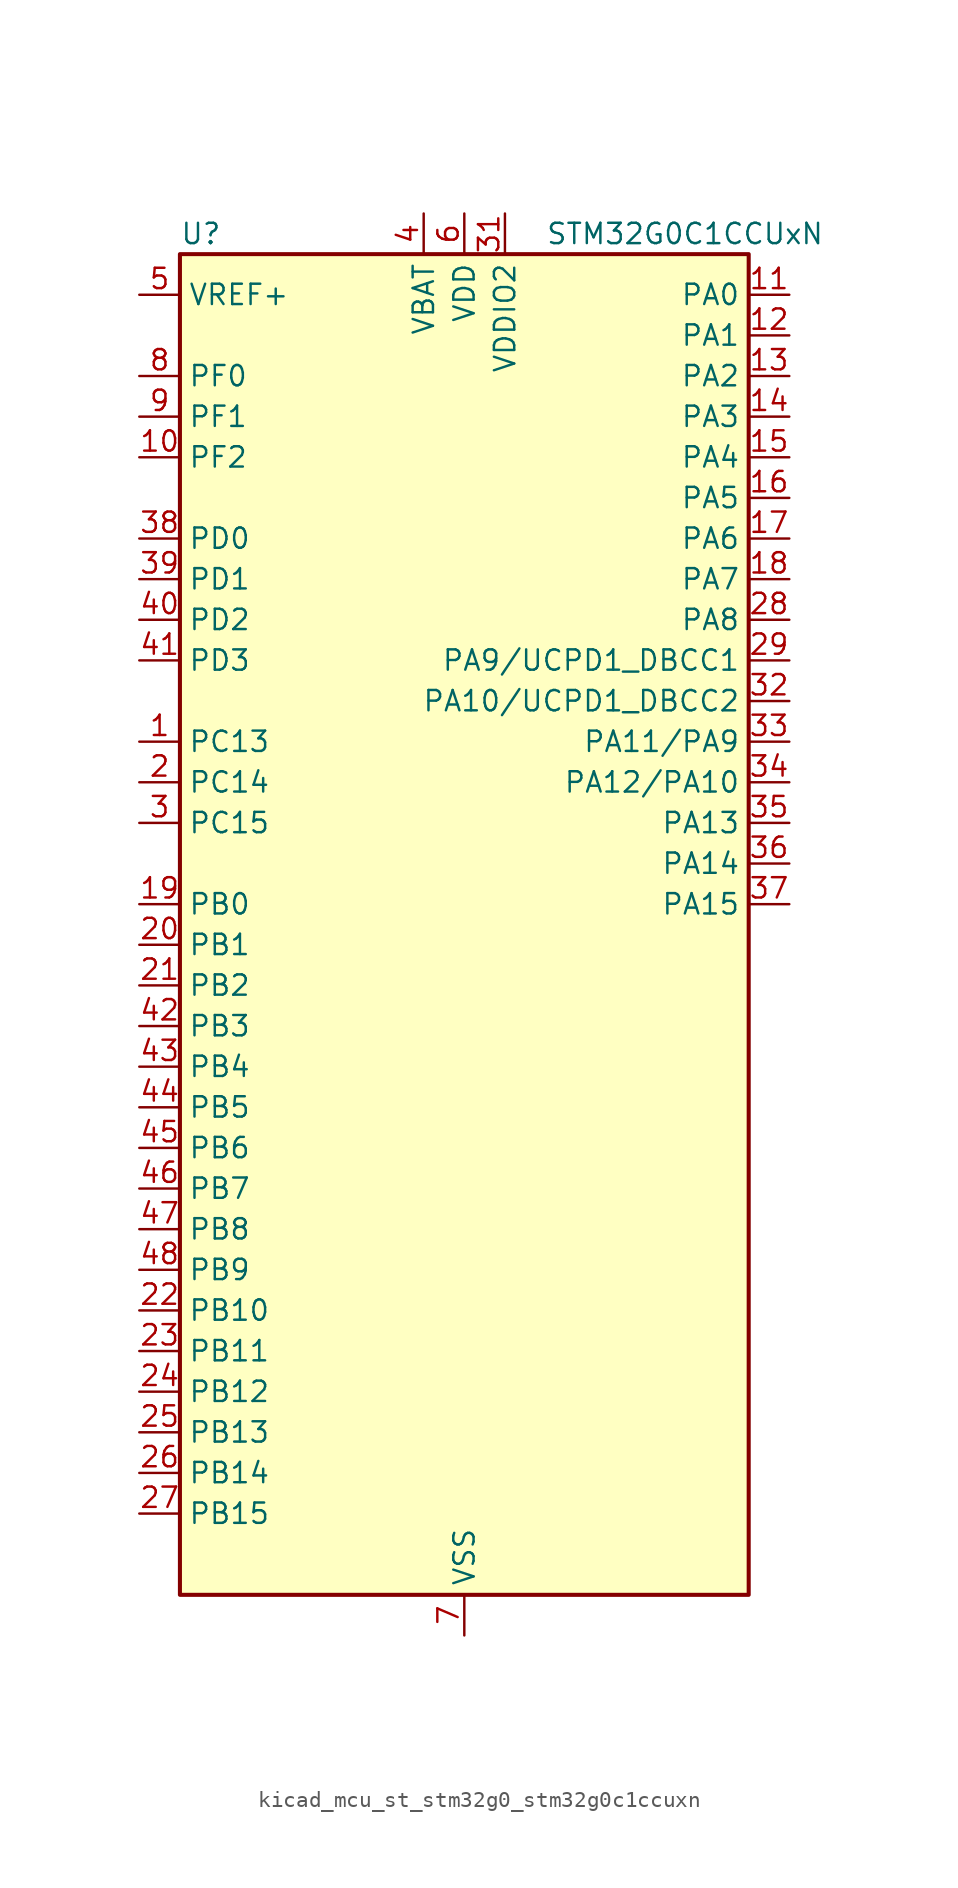
<source format=kicad_sym>
(kicad_symbol_lib
  (version 20220914)
  (generator kicad_symbol_editor)
  (symbol "kicad_mcu_st_stm32g0_stm32g0c1ccuxn"
    (property "Reference" "U"
      (at -17.78 44.45 0)
      (effects (font (size 1.27 1.27)) (justify left)))
    (property "Value" "STM32G0C1CCUxN"
      (at 5.08 44.45 0)
      (effects (font (size 1.27 1.27)) (justify left)))
    (property "ki_locked" ""
      (at 0 0 0)
      (effects (font (size 1.27 1.27))))
    (symbol "kicad_mcu_st_stm32g0_stm32g0c1ccuxn_0_1"
      (rectangle (start -17.78 -40.64) (end 17.78 43.18) (stroke (width 0.254) (type default)) (fill (type background))))
    (symbol "kicad_mcu_st_stm32g0_stm32g0c1ccuxn_1_1"
      (pin bidirectional line (at -20.32 12.7 0) (length 2.54) (name "PC13" (effects (font (size 1.27 1.27)))) (number "1" (effects (font (size 1.27 1.27)))) (alternate "RTC_OUT1" bidirectional line) (alternate "RTC_TAMP_IN1" bidirectional line) (alternate "RTC_TS" bidirectional line) (alternate "SYS_WKUP2" bidirectional line) (alternate "TIM1_BK" bidirectional line))
      (pin bidirectional line (at -20.32 30.48 0) (length 2.54) (name "PF2" (effects (font (size 1.27 1.27)))) (number "10" (effects (font (size 1.27 1.27)))) (alternate "LPUART2_DE" bidirectional line) (alternate "LPUART2_RTS" bidirectional line) (alternate "LPUART2_TX" bidirectional line) (alternate "RCC_MCO" bidirectional line))
      (pin bidirectional line (at 20.32 40.64 180) (length 2.54) (name "PA0" (effects (font (size 1.27 1.27)))) (number "11" (effects (font (size 1.27 1.27)))) (alternate "ADC1_IN0" bidirectional line) (alternate "COMP1_INM" bidirectional line) (alternate "COMP1_OUT" bidirectional line) (alternate "I2S2_CK" bidirectional line) (alternate "LPTIM1_OUT" bidirectional line) (alternate "RTC_TAMP_IN2" bidirectional line) (alternate "SPI2_SCK" bidirectional line) (alternate "SYS_WKUP1" bidirectional line) (alternate "TIM2_CH1" bidirectional line) (alternate "TIM2_ETR" bidirectional line) (alternate "UCPD2_FRSTX1" bidirectional line) (alternate "UCPD2_FRSTX2" bidirectional line) (alternate "USART2_CTS" bidirectional line) (alternate "USART2_NSS" bidirectional line) (alternate "USART4_TX" bidirectional line))
      (pin bidirectional line (at 20.32 38.1 180) (length 2.54) (name "PA1" (effects (font (size 1.27 1.27)))) (number "12" (effects (font (size 1.27 1.27)))) (alternate "ADC1_IN1" bidirectional line) (alternate "COMP1_INP" bidirectional line) (alternate "I2C1_SMBA" bidirectional line) (alternate "I2S1_CK" bidirectional line) (alternate "SPI1_SCK" bidirectional line) (alternate "TIM15_CH1N" bidirectional line) (alternate "TIM2_CH2" bidirectional line) (alternate "USART2_CK" bidirectional line) (alternate "USART2_DE" bidirectional line) (alternate "USART2_RTS" bidirectional line) (alternate "USART4_RX" bidirectional line))
      (pin bidirectional line (at 20.32 35.56 180) (length 2.54) (name "PA2" (effects (font (size 1.27 1.27)))) (number "13" (effects (font (size 1.27 1.27)))) (alternate "ADC1_IN2" bidirectional line) (alternate "COMP2_INM" bidirectional line) (alternate "COMP2_OUT" bidirectional line) (alternate "I2S1_SD" bidirectional line) (alternate "LPUART1_TX" bidirectional line) (alternate "RCC_LSCO" bidirectional line) (alternate "SPI1_MOSI" bidirectional line) (alternate "SYS_WKUP4" bidirectional line) (alternate "TIM15_CH1" bidirectional line) (alternate "TIM2_CH3" bidirectional line) (alternate "UCPD1_FRSTX1" bidirectional line) (alternate "UCPD1_FRSTX2" bidirectional line) (alternate "USART2_TX" bidirectional line))
      (pin bidirectional line (at 20.32 33.02 180) (length 2.54) (name "PA3" (effects (font (size 1.27 1.27)))) (number "14" (effects (font (size 1.27 1.27)))) (alternate "ADC1_IN3" bidirectional line) (alternate "COMP2_INP" bidirectional line) (alternate "I2S2_MCK" bidirectional line) (alternate "LPUART1_RX" bidirectional line) (alternate "SPI2_MISO" bidirectional line) (alternate "TIM15_CH2" bidirectional line) (alternate "TIM2_CH4" bidirectional line) (alternate "UCPD2_FRSTX1" bidirectional line) (alternate "UCPD2_FRSTX2" bidirectional line) (alternate "USART2_RX" bidirectional line))
      (pin bidirectional line (at 20.32 30.48 180) (length 2.54) (name "PA4" (effects (font (size 1.27 1.27)))) (number "15" (effects (font (size 1.27 1.27)))) (alternate "ADC1_IN4" bidirectional line) (alternate "DAC1_OUT1" bidirectional line) (alternate "I2S1_WS" bidirectional line) (alternate "I2S2_SD" bidirectional line) (alternate "LPTIM2_OUT" bidirectional line) (alternate "RTC_OUT2" bidirectional line) (alternate "SPI1_NSS" bidirectional line) (alternate "SPI2_MOSI" bidirectional line) (alternate "SPI3_NSS" bidirectional line) (alternate "TIM14_CH1" bidirectional line) (alternate "UCPD2_FRSTX1" bidirectional line) (alternate "UCPD2_FRSTX2" bidirectional line) (alternate "USART6_TX" bidirectional line) (alternate "USB_NOE" bidirectional line))
      (pin bidirectional line (at 20.32 27.94 180) (length 2.54) (name "PA5" (effects (font (size 1.27 1.27)))) (number "16" (effects (font (size 1.27 1.27)))) (alternate "ADC1_IN5" bidirectional line) (alternate "CEC" bidirectional line) (alternate "DAC1_OUT2" bidirectional line) (alternate "I2S1_CK" bidirectional line) (alternate "LPTIM2_ETR" bidirectional line) (alternate "SPI1_SCK" bidirectional line) (alternate "TIM2_CH1" bidirectional line) (alternate "TIM2_ETR" bidirectional line) (alternate "UCPD1_FRSTX1" bidirectional line) (alternate "UCPD1_FRSTX2" bidirectional line) (alternate "USART3_TX" bidirectional line) (alternate "USART6_RX" bidirectional line))
      (pin bidirectional line (at 20.32 25.4 180) (length 2.54) (name "PA6" (effects (font (size 1.27 1.27)))) (number "17" (effects (font (size 1.27 1.27)))) (alternate "ADC1_IN6" bidirectional line) (alternate "COMP1_OUT" bidirectional line) (alternate "I2C2_SDA" bidirectional line) (alternate "I2C3_SDA" bidirectional line) (alternate "I2S1_MCK" bidirectional line) (alternate "LPUART1_CTS" bidirectional line) (alternate "SPI1_MISO" bidirectional line) (alternate "TIM16_CH1" bidirectional line) (alternate "TIM1_BK" bidirectional line) (alternate "TIM3_CH1" bidirectional line) (alternate "USART3_CTS" bidirectional line) (alternate "USART3_NSS" bidirectional line) (alternate "USART6_CTS" bidirectional line) (alternate "USART6_NSS" bidirectional line))
      (pin bidirectional line (at 20.32 22.86 180) (length 2.54) (name "PA7" (effects (font (size 1.27 1.27)))) (number "18" (effects (font (size 1.27 1.27)))) (alternate "ADC1_IN7" bidirectional line) (alternate "COMP2_OUT" bidirectional line) (alternate "I2C2_SCL" bidirectional line) (alternate "I2C3_SCL" bidirectional line) (alternate "I2S1_SD" bidirectional line) (alternate "SPI1_MOSI" bidirectional line) (alternate "TIM14_CH1" bidirectional line) (alternate "TIM17_CH1" bidirectional line) (alternate "TIM1_CH1N" bidirectional line) (alternate "TIM3_CH2" bidirectional line) (alternate "UCPD1_FRSTX1" bidirectional line) (alternate "UCPD1_FRSTX2" bidirectional line) (alternate "USART6_CK" bidirectional line) (alternate "USART6_DE" bidirectional line) (alternate "USART6_RTS" bidirectional line))
      (pin bidirectional line (at -20.32 2.54 0) (length 2.54) (name "PB0" (effects (font (size 1.27 1.27)))) (number "19" (effects (font (size 1.27 1.27)))) (alternate "ADC1_IN8" bidirectional line) (alternate "COMP1_OUT" bidirectional line) (alternate "COMP3_INP" bidirectional line) (alternate "FDCAN2_RX" bidirectional line) (alternate "I2S1_WS" bidirectional line) (alternate "LPTIM1_OUT" bidirectional line) (alternate "LPUART2_CTS" bidirectional line) (alternate "SPI1_NSS" bidirectional line) (alternate "TIM1_CH2N" bidirectional line) (alternate "TIM3_CH3" bidirectional line) (alternate "UCPD1_FRSTX1" bidirectional line) (alternate "UCPD1_FRSTX2" bidirectional line) (alternate "USART3_RX" bidirectional line) (alternate "USART5_TX" bidirectional line))
      (pin bidirectional line (at -20.32 10.16 0) (length 2.54) (name "PC14" (effects (font (size 1.27 1.27)))) (number "2" (effects (font (size 1.27 1.27)))) (alternate "RCC_OSC32_IN" bidirectional line) (alternate "TIM1_BK2" bidirectional line))
      (pin bidirectional line (at -20.32 0 0) (length 2.54) (name "PB1" (effects (font (size 1.27 1.27)))) (number "20" (effects (font (size 1.27 1.27)))) (alternate "ADC1_IN9" bidirectional line) (alternate "COMP1_INM" bidirectional line) (alternate "COMP3_OUT" bidirectional line) (alternate "FDCAN2_TX" bidirectional line) (alternate "LPTIM2_IN1" bidirectional line) (alternate "LPUART1_DE" bidirectional line) (alternate "LPUART1_RTS" bidirectional line) (alternate "LPUART2_DE" bidirectional line) (alternate "LPUART2_RTS" bidirectional line) (alternate "TIM14_CH1" bidirectional line) (alternate "TIM1_CH3N" bidirectional line) (alternate "TIM3_CH4" bidirectional line) (alternate "USART3_CK" bidirectional line) (alternate "USART3_DE" bidirectional line) (alternate "USART3_RTS" bidirectional line) (alternate "USART5_RX" bidirectional line))
      (pin bidirectional line (at -20.32 -2.54 0) (length 2.54) (name "PB2" (effects (font (size 1.27 1.27)))) (number "21" (effects (font (size 1.27 1.27)))) (alternate "ADC1_IN10" bidirectional line) (alternate "COMP1_INP" bidirectional line) (alternate "COMP3_INM" bidirectional line) (alternate "I2S2_MCK" bidirectional line) (alternate "LPTIM1_OUT" bidirectional line) (alternate "RCC_MCO_2" bidirectional line) (alternate "SPI2_MISO" bidirectional line) (alternate "USART3_TX" bidirectional line))
      (pin bidirectional line (at -20.32 -22.86 0) (length 2.54) (name "PB10" (effects (font (size 1.27 1.27)))) (number "22" (effects (font (size 1.27 1.27)))) (alternate "ADC1_IN11" bidirectional line) (alternate "CEC" bidirectional line) (alternate "COMP1_OUT" bidirectional line) (alternate "I2C2_SCL" bidirectional line) (alternate "I2S2_CK" bidirectional line) (alternate "LPUART1_RX" bidirectional line) (alternate "SPI2_SCK" bidirectional line) (alternate "TIM2_CH3" bidirectional line) (alternate "USART3_TX" bidirectional line))
      (pin bidirectional line (at -20.32 -25.4 0) (length 2.54) (name "PB11" (effects (font (size 1.27 1.27)))) (number "23" (effects (font (size 1.27 1.27)))) (alternate "ADC1_EXTI11" bidirectional line) (alternate "ADC1_IN15" bidirectional line) (alternate "COMP2_OUT" bidirectional line) (alternate "I2C2_SDA" bidirectional line) (alternate "I2S2_SD" bidirectional line) (alternate "LPUART1_TX" bidirectional line) (alternate "SPI2_MOSI" bidirectional line) (alternate "TIM2_CH4" bidirectional line) (alternate "USART3_RX" bidirectional line))
      (pin bidirectional line (at -20.32 -27.94 0) (length 2.54) (name "PB12" (effects (font (size 1.27 1.27)))) (number "24" (effects (font (size 1.27 1.27)))) (alternate "ADC1_IN16" bidirectional line) (alternate "FDCAN2_RX" bidirectional line) (alternate "I2C2_SMBA" bidirectional line) (alternate "I2S2_WS" bidirectional line) (alternate "LPUART1_DE" bidirectional line) (alternate "LPUART1_RTS" bidirectional line) (alternate "SPI2_NSS" bidirectional line) (alternate "TIM15_BK" bidirectional line) (alternate "TIM1_BK" bidirectional line) (alternate "UCPD2_FRSTX1" bidirectional line) (alternate "UCPD2_FRSTX2" bidirectional line))
      (pin bidirectional line (at -20.32 -30.48 0) (length 2.54) (name "PB13" (effects (font (size 1.27 1.27)))) (number "25" (effects (font (size 1.27 1.27)))) (alternate "FDCAN2_TX" bidirectional line) (alternate "I2C2_SCL" bidirectional line) (alternate "I2S2_CK" bidirectional line) (alternate "LPUART1_CTS" bidirectional line) (alternate "SPI2_SCK" bidirectional line) (alternate "TIM15_CH1N" bidirectional line) (alternate "TIM1_CH1N" bidirectional line) (alternate "USART3_CTS" bidirectional line) (alternate "USART3_NSS" bidirectional line))
      (pin bidirectional line (at -20.32 -33.02 0) (length 2.54) (name "PB14" (effects (font (size 1.27 1.27)))) (number "26" (effects (font (size 1.27 1.27)))) (alternate "I2C2_SDA" bidirectional line) (alternate "I2S2_MCK" bidirectional line) (alternate "SPI2_MISO" bidirectional line) (alternate "TIM15_CH1" bidirectional line) (alternate "TIM1_CH2N" bidirectional line) (alternate "UCPD1_FRSTX1" bidirectional line) (alternate "UCPD1_FRSTX2" bidirectional line) (alternate "USART3_CK" bidirectional line) (alternate "USART3_DE" bidirectional line) (alternate "USART3_RTS" bidirectional line) (alternate "USART6_CK" bidirectional line) (alternate "USART6_DE" bidirectional line) (alternate "USART6_RTS" bidirectional line))
      (pin bidirectional line (at -20.32 -35.56 0) (length 2.54) (name "PB15" (effects (font (size 1.27 1.27)))) (number "27" (effects (font (size 1.27 1.27)))) (alternate "I2S2_SD" bidirectional line) (alternate "RTC_REFIN" bidirectional line) (alternate "SPI2_MOSI" bidirectional line) (alternate "TIM15_CH1N" bidirectional line) (alternate "TIM15_CH2" bidirectional line) (alternate "TIM1_CH3N" bidirectional line) (alternate "UCPD1_CC2" bidirectional line) (alternate "USART6_CTS" bidirectional line) (alternate "USART6_NSS" bidirectional line))
      (pin bidirectional line (at 20.32 20.32 180) (length 2.54) (name "PA8" (effects (font (size 1.27 1.27)))) (number "28" (effects (font (size 1.27 1.27)))) (alternate "CRS1_SYNC" bidirectional line) (alternate "I2C2_SMBA" bidirectional line) (alternate "I2S2_WS" bidirectional line) (alternate "LPTIM2_OUT" bidirectional line) (alternate "RCC_MCO" bidirectional line) (alternate "SPI2_NSS" bidirectional line) (alternate "TIM1_CH1" bidirectional line) (alternate "UCPD1_CC1" bidirectional line))
      (pin bidirectional line (at 20.32 17.78 180) (length 2.54) (name "PA9/UCPD1_DBCC1" (effects (font (size 1.27 1.27)))) (number "29" (effects (font (size 1.27 1.27)))) (alternate "DAC1_EXTI9" bidirectional line) (alternate "I2C1_SCL" bidirectional line) (alternate "I2C2_SCL" bidirectional line) (alternate "I2S2_MCK" bidirectional line) (alternate "RCC_MCO" bidirectional line) (alternate "SPI2_MISO" bidirectional line) (alternate "TIM15_BK" bidirectional line) (alternate "TIM1_CH2" bidirectional line) (alternate "UCPD1_DBCC1" bidirectional line) (alternate "USART1_TX" bidirectional line))
      (pin bidirectional line (at -20.32 7.62 0) (length 2.54) (name "PC15" (effects (font (size 1.27 1.27)))) (number "3" (effects (font (size 1.27 1.27)))) (alternate "RCC_OSC32_EN" bidirectional line) (alternate "RCC_OSC32_OUT" bidirectional line) (alternate "RCC_OSC_EN" bidirectional line) (alternate "TIM15_BK" bidirectional line))
      (pin passive line (at 0 -43.18 90) (length 2.54) hide (name "VSS" (effects (font (size 1.27 1.27)))) (number "30" (effects (font (size 1.27 1.27)))))
      (pin power_in line (at 2.54 45.72 270) (length 2.54) (name "VDDIO2" (effects (font (size 1.27 1.27)))) (number "31" (effects (font (size 1.27 1.27)))))
      (pin bidirectional line (at 20.32 15.24 180) (length 2.54) (name "PA10/UCPD1_DBCC2" (effects (font (size 1.27 1.27)))) (number "32" (effects (font (size 1.27 1.27)))) (alternate "I2C1_SDA" bidirectional line) (alternate "I2C2_SDA" bidirectional line) (alternate "I2S2_SD" bidirectional line) (alternate "RCC_MCO_2" bidirectional line) (alternate "SPI2_MOSI" bidirectional line) (alternate "TIM17_BK" bidirectional line) (alternate "TIM1_CH3" bidirectional line) (alternate "UCPD1_DBCC2" bidirectional line) (alternate "USART1_RX" bidirectional line))
      (pin bidirectional line (at 20.32 12.7 180) (length 2.54) (name "PA11/PA9" (effects (font (size 1.27 1.27)))) (number "33" (effects (font (size 1.27 1.27)))) (alternate "ADC1_EXTI11" bidirectional line) (alternate "COMP1_OUT" bidirectional line) (alternate "FDCAN1_RX" bidirectional line) (alternate "I2C2_SCL" bidirectional line) (alternate "I2S1_MCK" bidirectional line) (alternate "SPI1_MISO" bidirectional line) (alternate "TIM1_BK2" bidirectional line) (alternate "TIM1_CH4" bidirectional line) (alternate "USART1_CTS" bidirectional line) (alternate "USART1_NSS" bidirectional line) (alternate "USB_DM" bidirectional line))
      (pin bidirectional line (at 20.32 10.16 180) (length 2.54) (name "PA12/PA10" (effects (font (size 1.27 1.27)))) (number "34" (effects (font (size 1.27 1.27)))) (alternate "COMP2_OUT" bidirectional line) (alternate "FDCAN1_TX" bidirectional line) (alternate "I2C2_SDA" bidirectional line) (alternate "I2S1_SD" bidirectional line) (alternate "I2S_CKIN" bidirectional line) (alternate "SPI1_MOSI" bidirectional line) (alternate "TIM1_ETR" bidirectional line) (alternate "USART1_CK" bidirectional line) (alternate "USART1_DE" bidirectional line) (alternate "USART1_RTS" bidirectional line) (alternate "USB_DP" bidirectional line))
      (pin bidirectional line (at 20.32 7.62 180) (length 2.54) (name "PA13" (effects (font (size 1.27 1.27)))) (number "35" (effects (font (size 1.27 1.27)))) (alternate "IR_OUT" bidirectional line) (alternate "LPUART2_RX" bidirectional line) (alternate "SYS_SWDIO" bidirectional line) (alternate "USB_NOE" bidirectional line))
      (pin bidirectional line (at 20.32 5.08 180) (length 2.54) (name "PA14" (effects (font (size 1.27 1.27)))) (number "36" (effects (font (size 1.27 1.27)))) (alternate "LPUART2_TX" bidirectional line) (alternate "SYS_SWCLK" bidirectional line) (alternate "USART2_TX" bidirectional line))
      (pin bidirectional line (at 20.32 2.54 180) (length 2.54) (name "PA15" (effects (font (size 1.27 1.27)))) (number "37" (effects (font (size 1.27 1.27)))) (alternate "I2C2_SMBA" bidirectional line) (alternate "I2S1_WS" bidirectional line) (alternate "RCC_MCO_2" bidirectional line) (alternate "SPI1_NSS" bidirectional line) (alternate "SPI3_NSS" bidirectional line) (alternate "TIM2_CH1" bidirectional line) (alternate "TIM2_ETR" bidirectional line) (alternate "USART2_RX" bidirectional line) (alternate "USART3_CK" bidirectional line) (alternate "USART3_DE" bidirectional line) (alternate "USART3_RTS" bidirectional line) (alternate "USART4_CK" bidirectional line) (alternate "USART4_DE" bidirectional line) (alternate "USART4_RTS" bidirectional line) (alternate "USB_NOE" bidirectional line))
      (pin bidirectional line (at -20.32 25.4 0) (length 2.54) (name "PD0" (effects (font (size 1.27 1.27)))) (number "38" (effects (font (size 1.27 1.27)))) (alternate "FDCAN1_RX" bidirectional line) (alternate "I2S2_WS" bidirectional line) (alternate "SPI2_NSS" bidirectional line) (alternate "TIM16_CH1" bidirectional line) (alternate "UCPD2_CC1" bidirectional line))
      (pin bidirectional line (at -20.32 22.86 0) (length 2.54) (name "PD1" (effects (font (size 1.27 1.27)))) (number "39" (effects (font (size 1.27 1.27)))) (alternate "FDCAN1_TX" bidirectional line) (alternate "I2S2_CK" bidirectional line) (alternate "SPI2_SCK" bidirectional line) (alternate "TIM17_CH1" bidirectional line) (alternate "UCPD2_DBCC1" bidirectional line))
      (pin power_in line (at -2.54 45.72 270) (length 2.54) (name "VBAT" (effects (font (size 1.27 1.27)))) (number "4" (effects (font (size 1.27 1.27)))))
      (pin bidirectional line (at -20.32 20.32 0) (length 2.54) (name "PD2" (effects (font (size 1.27 1.27)))) (number "40" (effects (font (size 1.27 1.27)))) (alternate "TIM1_CH1N" bidirectional line) (alternate "TIM3_ETR" bidirectional line) (alternate "UCPD2_CC2" bidirectional line) (alternate "USART3_CK" bidirectional line) (alternate "USART3_DE" bidirectional line) (alternate "USART3_RTS" bidirectional line) (alternate "USART5_RX" bidirectional line))
      (pin bidirectional line (at -20.32 17.78 0) (length 2.54) (name "PD3" (effects (font (size 1.27 1.27)))) (number "41" (effects (font (size 1.27 1.27)))) (alternate "I2S2_MCK" bidirectional line) (alternate "SPI2_MISO" bidirectional line) (alternate "TIM1_CH2N" bidirectional line) (alternate "UCPD2_DBCC2" bidirectional line) (alternate "USART2_CTS" bidirectional line) (alternate "USART2_NSS" bidirectional line) (alternate "USART5_TX" bidirectional line))
      (pin bidirectional line (at -20.32 -5.08 0) (length 2.54) (name "PB3" (effects (font (size 1.27 1.27)))) (number "42" (effects (font (size 1.27 1.27)))) (alternate "COMP2_INM" bidirectional line) (alternate "I2C2_SCL" bidirectional line) (alternate "I2C3_SCL" bidirectional line) (alternate "I2S1_CK" bidirectional line) (alternate "SPI1_SCK" bidirectional line) (alternate "SPI3_SCK" bidirectional line) (alternate "TIM1_CH2" bidirectional line) (alternate "TIM2_CH2" bidirectional line) (alternate "USART1_CK" bidirectional line) (alternate "USART1_DE" bidirectional line) (alternate "USART1_RTS" bidirectional line) (alternate "USART5_TX" bidirectional line))
      (pin bidirectional line (at -20.32 -7.62 0) (length 2.54) (name "PB4" (effects (font (size 1.27 1.27)))) (number "43" (effects (font (size 1.27 1.27)))) (alternate "COMP2_INP" bidirectional line) (alternate "I2C2_SDA" bidirectional line) (alternate "I2C3_SDA" bidirectional line) (alternate "I2S1_MCK" bidirectional line) (alternate "SPI1_MISO" bidirectional line) (alternate "SPI3_MISO" bidirectional line) (alternate "TIM17_BK" bidirectional line) (alternate "TIM3_CH1" bidirectional line) (alternate "USART1_CTS" bidirectional line) (alternate "USART1_NSS" bidirectional line) (alternate "USART5_RX" bidirectional line))
      (pin bidirectional line (at -20.32 -10.16 0) (length 2.54) (name "PB5" (effects (font (size 1.27 1.27)))) (number "44" (effects (font (size 1.27 1.27)))) (alternate "COMP2_OUT" bidirectional line) (alternate "FDCAN2_RX" bidirectional line) (alternate "I2C1_SMBA" bidirectional line) (alternate "I2S1_SD" bidirectional line) (alternate "LPTIM1_IN1" bidirectional line) (alternate "SPI1_MOSI" bidirectional line) (alternate "SPI3_MOSI" bidirectional line) (alternate "SYS_WKUP6" bidirectional line) (alternate "TIM16_BK" bidirectional line) (alternate "TIM3_CH2" bidirectional line) (alternate "USART5_CK" bidirectional line) (alternate "USART5_DE" bidirectional line) (alternate "USART5_RTS" bidirectional line))
      (pin bidirectional line (at -20.32 -12.7 0) (length 2.54) (name "PB6" (effects (font (size 1.27 1.27)))) (number "45" (effects (font (size 1.27 1.27)))) (alternate "COMP2_INP" bidirectional line) (alternate "FDCAN2_TX" bidirectional line) (alternate "I2C1_SCL" bidirectional line) (alternate "I2S2_MCK" bidirectional line) (alternate "LPTIM1_ETR" bidirectional line) (alternate "LPUART2_TX" bidirectional line) (alternate "SPI2_MISO" bidirectional line) (alternate "TIM16_CH1N" bidirectional line) (alternate "TIM1_CH3" bidirectional line) (alternate "TIM4_CH1" bidirectional line) (alternate "USART1_TX" bidirectional line) (alternate "USART5_CTS" bidirectional line) (alternate "USART5_NSS" bidirectional line))
      (pin bidirectional line (at -20.32 -15.24 0) (length 2.54) (name "PB7" (effects (font (size 1.27 1.27)))) (number "46" (effects (font (size 1.27 1.27)))) (alternate "COMP2_INM" bidirectional line) (alternate "I2C1_SDA" bidirectional line) (alternate "I2S2_SD" bidirectional line) (alternate "LPTIM1_IN2" bidirectional line) (alternate "LPUART2_RX" bidirectional line) (alternate "SPI2_MOSI" bidirectional line) (alternate "SYS_PVD_IN" bidirectional line) (alternate "TIM17_CH1N" bidirectional line) (alternate "TIM4_CH2" bidirectional line) (alternate "USART1_RX" bidirectional line) (alternate "USART4_CTS" bidirectional line) (alternate "USART4_NSS" bidirectional line))
      (pin bidirectional line (at -20.32 -17.78 0) (length 2.54) (name "PB8" (effects (font (size 1.27 1.27)))) (number "47" (effects (font (size 1.27 1.27)))) (alternate "CEC" bidirectional line) (alternate "FDCAN1_RX" bidirectional line) (alternate "I2C1_SCL" bidirectional line) (alternate "I2S2_CK" bidirectional line) (alternate "SPI2_SCK" bidirectional line) (alternate "TIM15_BK" bidirectional line) (alternate "TIM16_CH1" bidirectional line) (alternate "TIM4_CH3" bidirectional line) (alternate "USART3_TX" bidirectional line) (alternate "USART6_TX" bidirectional line))
      (pin bidirectional line (at -20.32 -20.32 0) (length 2.54) (name "PB9" (effects (font (size 1.27 1.27)))) (number "48" (effects (font (size 1.27 1.27)))) (alternate "DAC1_EXTI9" bidirectional line) (alternate "FDCAN1_TX" bidirectional line) (alternate "I2C1_SDA" bidirectional line) (alternate "I2S2_WS" bidirectional line) (alternate "IR_OUT" bidirectional line) (alternate "SPI2_NSS" bidirectional line) (alternate "TIM17_CH1" bidirectional line) (alternate "TIM4_CH4" bidirectional line) (alternate "UCPD2_FRSTX1" bidirectional line) (alternate "UCPD2_FRSTX2" bidirectional line) (alternate "USART3_RX" bidirectional line) (alternate "USART6_RX" bidirectional line))
      (pin passive line (at 0 -43.18 90) (length 2.54) hide (name "VSS" (effects (font (size 1.27 1.27)))) (number "49" (effects (font (size 1.27 1.27)))))
      (pin input line (at -20.32 40.64 0) (length 2.54) (name "VREF+" (effects (font (size 1.27 1.27)))) (number "5" (effects (font (size 1.27 1.27)))) (alternate "VREFBUF_OUT" bidirectional line))
      (pin power_in line (at 0 45.72 270) (length 2.54) (name "VDD" (effects (font (size 1.27 1.27)))) (number "6" (effects (font (size 1.27 1.27)))))
      (pin power_in line (at 0 -43.18 90) (length 2.54) (name "VSS" (effects (font (size 1.27 1.27)))) (number "7" (effects (font (size 1.27 1.27)))))
      (pin bidirectional line (at -20.32 35.56 0) (length 2.54) (name "PF0" (effects (font (size 1.27 1.27)))) (number "8" (effects (font (size 1.27 1.27)))) (alternate "CRS1_SYNC" bidirectional line) (alternate "RCC_OSC_IN" bidirectional line) (alternate "TIM14_CH1" bidirectional line))
      (pin bidirectional line (at -20.32 33.02 0) (length 2.54) (name "PF1" (effects (font (size 1.27 1.27)))) (number "9" (effects (font (size 1.27 1.27)))) (alternate "RCC_OSC_EN" bidirectional line) (alternate "RCC_OSC_OUT" bidirectional line) (alternate "TIM15_CH1N" bidirectional line)))))
</source>
